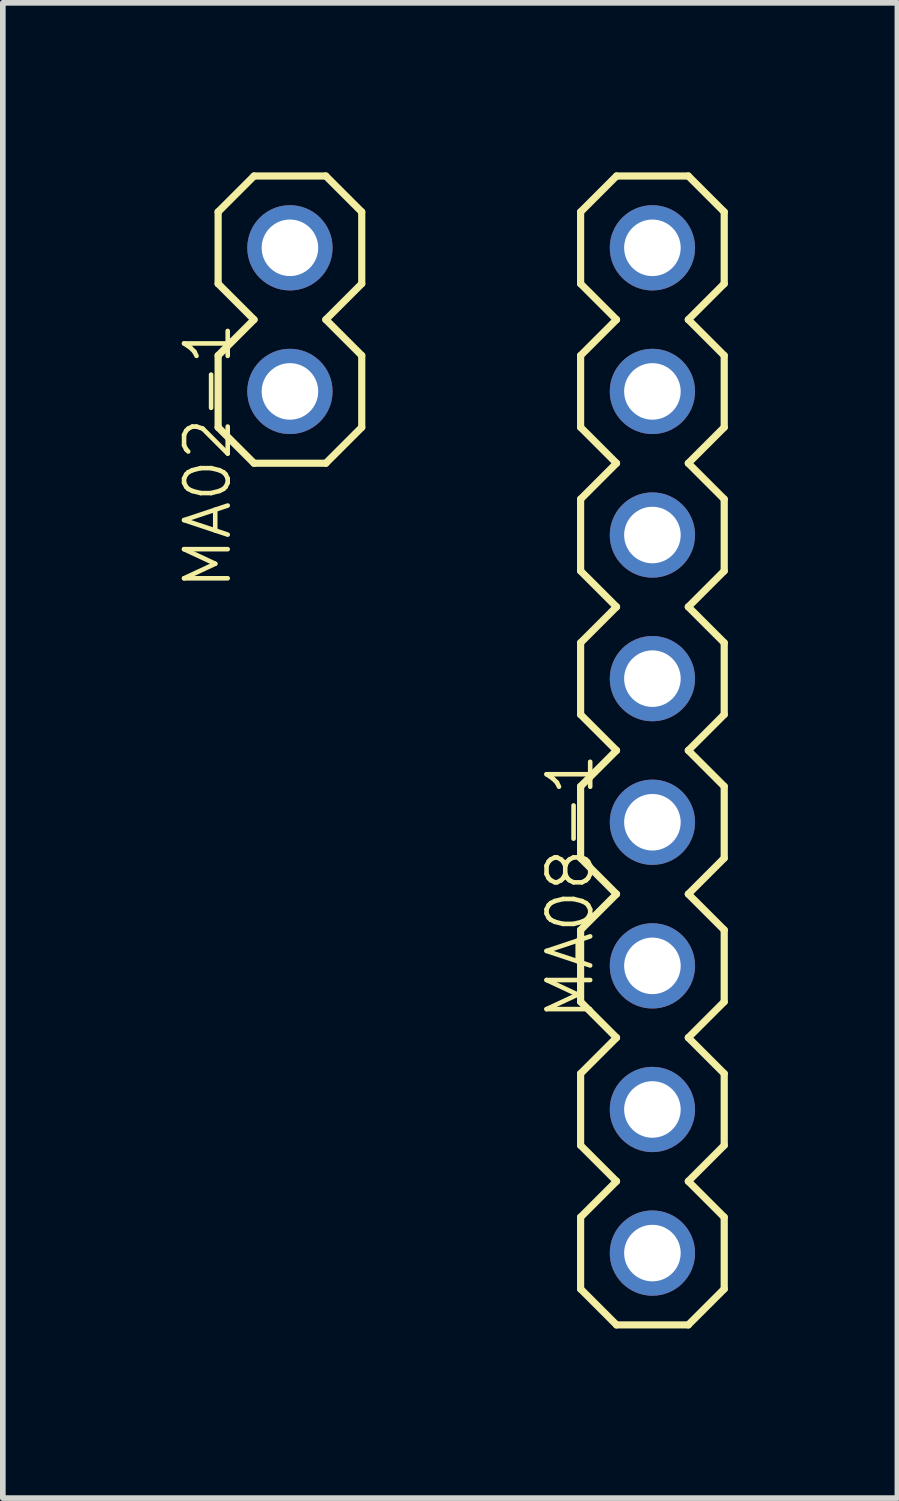
<source format=kicad_pcb>
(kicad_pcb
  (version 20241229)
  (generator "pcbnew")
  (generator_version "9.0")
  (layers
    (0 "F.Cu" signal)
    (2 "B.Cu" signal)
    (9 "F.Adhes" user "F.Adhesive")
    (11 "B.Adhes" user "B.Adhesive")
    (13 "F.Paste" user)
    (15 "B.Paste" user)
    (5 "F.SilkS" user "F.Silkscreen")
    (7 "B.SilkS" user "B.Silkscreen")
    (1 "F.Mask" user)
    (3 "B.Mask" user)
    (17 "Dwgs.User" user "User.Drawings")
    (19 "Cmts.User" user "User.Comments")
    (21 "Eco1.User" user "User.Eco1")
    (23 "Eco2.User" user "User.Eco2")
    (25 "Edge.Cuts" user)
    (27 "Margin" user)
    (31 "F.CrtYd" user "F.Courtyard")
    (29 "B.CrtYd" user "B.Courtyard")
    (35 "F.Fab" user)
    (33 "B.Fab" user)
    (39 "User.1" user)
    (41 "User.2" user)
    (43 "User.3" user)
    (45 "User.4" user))
  (footprint "MA08-1"
    (layer "F.Cu")
    (at 8.489 10.223)
    (property "Reference" "MA08-1" (at -1.905 0 90) (layer "F.SilkS") (effects (font (size 0.772 0.772) (thickness 0.081)) (justify right top)))
    (attr through_hole)
    (fp_line (start -1.27 -8.255) (end -1.27 -9.525) (stroke (width 0.127) (type solid)) (layer "F.SilkS"))
    (fp_line (start -1.27 -6.985) (end -0.635 -7.62) (stroke (width 0.127) (type solid)) (layer "F.SilkS"))
    (fp_line (start -1.27 -5.715) (end -1.27 -6.985) (stroke (width 0.127) (type solid)) (layer "F.SilkS"))
    (fp_line (start -1.27 -4.445) (end -0.635 -5.08) (stroke (width 0.127) (type solid)) (layer "F.SilkS"))
    (fp_line (start -1.27 -3.175) (end -1.27 -4.445) (stroke (width 0.127) (type solid)) (layer "F.SilkS"))
    (fp_line (start -1.27 -0.635) (end -1.27 -1.905) (stroke (width 0.127) (type solid)) (layer "F.SilkS"))
    (fp_line (start -1.27 1.905) (end -1.27 0.635) (stroke (width 0.127) (type solid)) (layer "F.SilkS"))
    (fp_line (start -1.27 3.175) (end -0.635 2.54) (stroke (width 0.127) (type solid)) (layer "F.SilkS"))
    (fp_line (start -1.27 4.445) (end -1.27 3.175) (stroke (width 0.127) (type solid)) (layer "F.SilkS"))
    (fp_line (start -1.27 5.715) (end -0.635 5.08) (stroke (width 0.127) (type solid)) (layer "F.SilkS"))
    (fp_line (start -1.27 6.985) (end -1.27 5.715) (stroke (width 0.127) (type solid)) (layer "F.SilkS"))
    (fp_line (start -1.27 9.525) (end -1.27 8.255) (stroke (width 0.127) (type solid)) (layer "F.SilkS"))
    (fp_line (start -0.635 -10.16) (end -1.27 -9.525) (stroke (width 0.127) (type solid)) (layer "F.SilkS"))
    (fp_line (start -0.635 -7.62) (end -1.27 -8.255) (stroke (width 0.127) (type solid)) (layer "F.SilkS"))
    (fp_line (start -0.635 -5.08) (end -1.27 -5.715) (stroke (width 0.127) (type solid)) (layer "F.SilkS"))
    (fp_line (start -0.635 -2.54) (end -1.27 -3.175) (stroke (width 0.127) (type solid)) (layer "F.SilkS"))
    (fp_line (start -0.635 -2.54) (end -1.27 -1.905) (stroke (width 0.127) (type solid)) (layer "F.SilkS"))
    (fp_line (start -0.635 0) (end -1.27 -0.635) (stroke (width 0.127) (type solid)) (layer "F.SilkS"))
    (fp_line (start -0.635 0) (end -1.27 0.635) (stroke (width 0.127) (type solid)) (layer "F.SilkS"))
    (fp_line (start -0.635 2.54) (end -1.27 1.905) (stroke (width 0.127) (type solid)) (layer "F.SilkS"))
    (fp_line (start -0.635 5.08) (end -1.27 4.445) (stroke (width 0.127) (type solid)) (layer "F.SilkS"))
    (fp_line (start -0.635 7.62) (end -1.27 6.985) (stroke (width 0.127) (type solid)) (layer "F.SilkS"))
    (fp_line (start -0.635 7.62) (end -1.27 8.255) (stroke (width 0.127) (type solid)) (layer "F.SilkS"))
    (fp_line (start -0.635 10.16) (end -1.27 9.525) (stroke (width 0.127) (type solid)) (layer "F.SilkS"))
    (fp_line (start 0.635 -10.16) (end -0.635 -10.16) (stroke (width 0.127) (type solid)) (layer "F.SilkS"))
    (fp_line (start 0.635 -7.62) (end 1.27 -6.985) (stroke (width 0.127) (type solid)) (layer "F.SilkS"))
    (fp_line (start 0.635 -5.08) (end 1.27 -4.445) (stroke (width 0.127) (type solid)) (layer "F.SilkS"))
    (fp_line (start 0.635 2.54) (end 1.27 3.175) (stroke (width 0.127) (type solid)) (layer "F.SilkS"))
    (fp_line (start 0.635 5.08) (end 1.27 5.715) (stroke (width 0.127) (type solid)) (layer "F.SilkS"))
    (fp_line (start 0.635 10.16) (end -0.635 10.16) (stroke (width 0.127) (type solid)) (layer "F.SilkS"))
    (fp_line (start 1.27 -9.525) (end 0.635 -10.16) (stroke (width 0.127) (type solid)) (layer "F.SilkS"))
    (fp_line (start 1.27 -9.525) (end 1.27 -8.255) (stroke (width 0.127) (type solid)) (layer "F.SilkS"))
    (fp_line (start 1.27 -8.255) (end 0.635 -7.62) (stroke (width 0.127) (type solid)) (layer "F.SilkS"))
    (fp_line (start 1.27 -6.985) (end 1.27 -5.715) (stroke (width 0.127) (type solid)) (layer "F.SilkS"))
    (fp_line (start 1.27 -5.715) (end 0.635 -5.08) (stroke (width 0.127) (type solid)) (layer "F.SilkS"))
    (fp_line (start 1.27 -4.445) (end 1.27 -3.175) (stroke (width 0.127) (type solid)) (layer "F.SilkS"))
    (fp_line (start 1.27 -3.175) (end 0.635 -2.54) (stroke (width 0.127) (type solid)) (layer "F.SilkS"))
    (fp_line (start 1.27 -1.905) (end 0.635 -2.54) (stroke (width 0.127) (type solid)) (layer "F.SilkS"))
    (fp_line (start 1.27 -1.905) (end 1.27 -0.635) (stroke (width 0.127) (type solid)) (layer "F.SilkS"))
    (fp_line (start 1.27 -0.635) (end 0.635 0) (stroke (width 0.127) (type solid)) (layer "F.SilkS"))
    (fp_line (start 1.27 0.635) (end 0.635 0) (stroke (width 0.127) (type solid)) (layer "F.SilkS"))
    (fp_line (start 1.27 0.635) (end 1.27 1.905) (stroke (width 0.127) (type solid)) (layer "F.SilkS"))
    (fp_line (start 1.27 1.905) (end 0.635 2.54) (stroke (width 0.127) (type solid)) (layer "F.SilkS"))
    (fp_line (start 1.27 3.175) (end 1.27 4.445) (stroke (width 0.127) (type solid)) (layer "F.SilkS"))
    (fp_line (start 1.27 4.445) (end 0.635 5.08) (stroke (width 0.127) (type solid)) (layer "F.SilkS"))
    (fp_line (start 1.27 5.715) (end 1.27 6.985) (stroke (width 0.127) (type solid)) (layer "F.SilkS"))
    (fp_line (start 1.27 6.985) (end 0.635 7.62) (stroke (width 0.127) (type solid)) (layer "F.SilkS"))
    (fp_line (start 1.27 8.255) (end 0.635 7.62) (stroke (width 0.127) (type solid)) (layer "F.SilkS"))
    (fp_line (start 1.27 8.255) (end 1.27 9.525) (stroke (width 0.127) (type solid)) (layer "F.SilkS"))
    (fp_line (start 1.27 9.525) (end 0.635 10.16) (stroke (width 0.127) (type solid)) (layer "F.SilkS"))
    (pad "1" thru_hole circle (at 0 -8.89) (size 1.508 1.508) (drill 1) (layers "*.Cu" "*.Mask"))
    (pad "2" thru_hole circle (at 0 -6.35) (size 1.508 1.508) (drill 1) (layers "*.Cu" "*.Mask"))
    (pad "3" thru_hole circle (at 0 -3.81) (size 1.508 1.508) (drill 1) (layers "*.Cu" "*.Mask"))
    (pad "4" thru_hole circle (at 0 -1.27) (size 1.508 1.508) (drill 1) (layers "*.Cu" "*.Mask"))
    (pad "5" thru_hole circle (at 0 1.27) (size 1.508 1.508) (drill 1) (layers "*.Cu" "*.Mask"))
    (pad "6" thru_hole circle (at 0 3.81) (size 1.508 1.508) (drill 1) (layers "*.Cu" "*.Mask"))
    (pad "7" thru_hole circle (at 0 6.35) (size 1.508 1.508) (drill 1) (layers "*.Cu" "*.Mask"))
    (pad "8" thru_hole circle (at 0 8.89) (size 1.508 1.508) (drill 1) (layers "*.Cu" "*.Mask")))
  (footprint "MA02-1"
    (layer "F.Cu")
    (at 2.078 2.603)
    (property "Reference" "MA02-1" (at -1.905 0 90) (layer "F.SilkS") (effects (font (size 0.772 0.772) (thickness 0.081)) (justify right top)))
    (attr through_hole)
    (fp_line (start -1.27 -0.635) (end -1.27 -1.905) (stroke (width 0.127) (type solid)) (layer "F.SilkS"))
    (fp_line (start -1.27 0.635) (end -0.635 0) (stroke (width 0.127) (type solid)) (layer "F.SilkS"))
    (fp_line (start -1.27 1.905) (end -1.27 0.635) (stroke (width 0.127) (type solid)) (layer "F.SilkS"))
    (fp_line (start -0.635 -2.54) (end -1.27 -1.905) (stroke (width 0.127) (type solid)) (layer "F.SilkS"))
    (fp_line (start -0.635 0) (end -1.27 -0.635) (stroke (width 0.127) (type solid)) (layer "F.SilkS"))
    (fp_line (start -0.635 2.54) (end -1.27 1.905) (stroke (width 0.127) (type solid)) (layer "F.SilkS"))
    (fp_line (start 0.635 -2.54) (end -0.635 -2.54) (stroke (width 0.127) (type solid)) (layer "F.SilkS"))
    (fp_line (start 0.635 0) (end 1.27 0.635) (stroke (width 0.127) (type solid)) (layer "F.SilkS"))
    (fp_line (start 0.635 2.54) (end -0.635 2.54) (stroke (width 0.127) (type solid)) (layer "F.SilkS"))
    (fp_line (start 1.27 -1.905) (end 0.635 -2.54) (stroke (width 0.127) (type solid)) (layer "F.SilkS"))
    (fp_line (start 1.27 -1.905) (end 1.27 -0.635) (stroke (width 0.127) (type solid)) (layer "F.SilkS"))
    (fp_line (start 1.27 -0.635) (end 0.635 0) (stroke (width 0.127) (type solid)) (layer "F.SilkS"))
    (fp_line (start 1.27 0.635) (end 1.27 1.905) (stroke (width 0.127) (type solid)) (layer "F.SilkS"))
    (fp_line (start 1.27 1.905) (end 0.635 2.54) (stroke (width 0.127) (type solid)) (layer "F.SilkS"))
    (pad "1" thru_hole circle (at 0 -1.27) (size 1.508 1.508) (drill 1) (layers "*.Cu" "*.Mask"))
    (pad "2" thru_hole circle (at 0 1.27) (size 1.508 1.508) (drill 1) (layers "*.Cu" "*.Mask")))
  (gr_rect
    (start -3 -3)
    (end 12.822 23.447)
    (stroke (width 0.1) (type default))
    (fill no)
    (layer "Edge.Cuts")))
</source>
